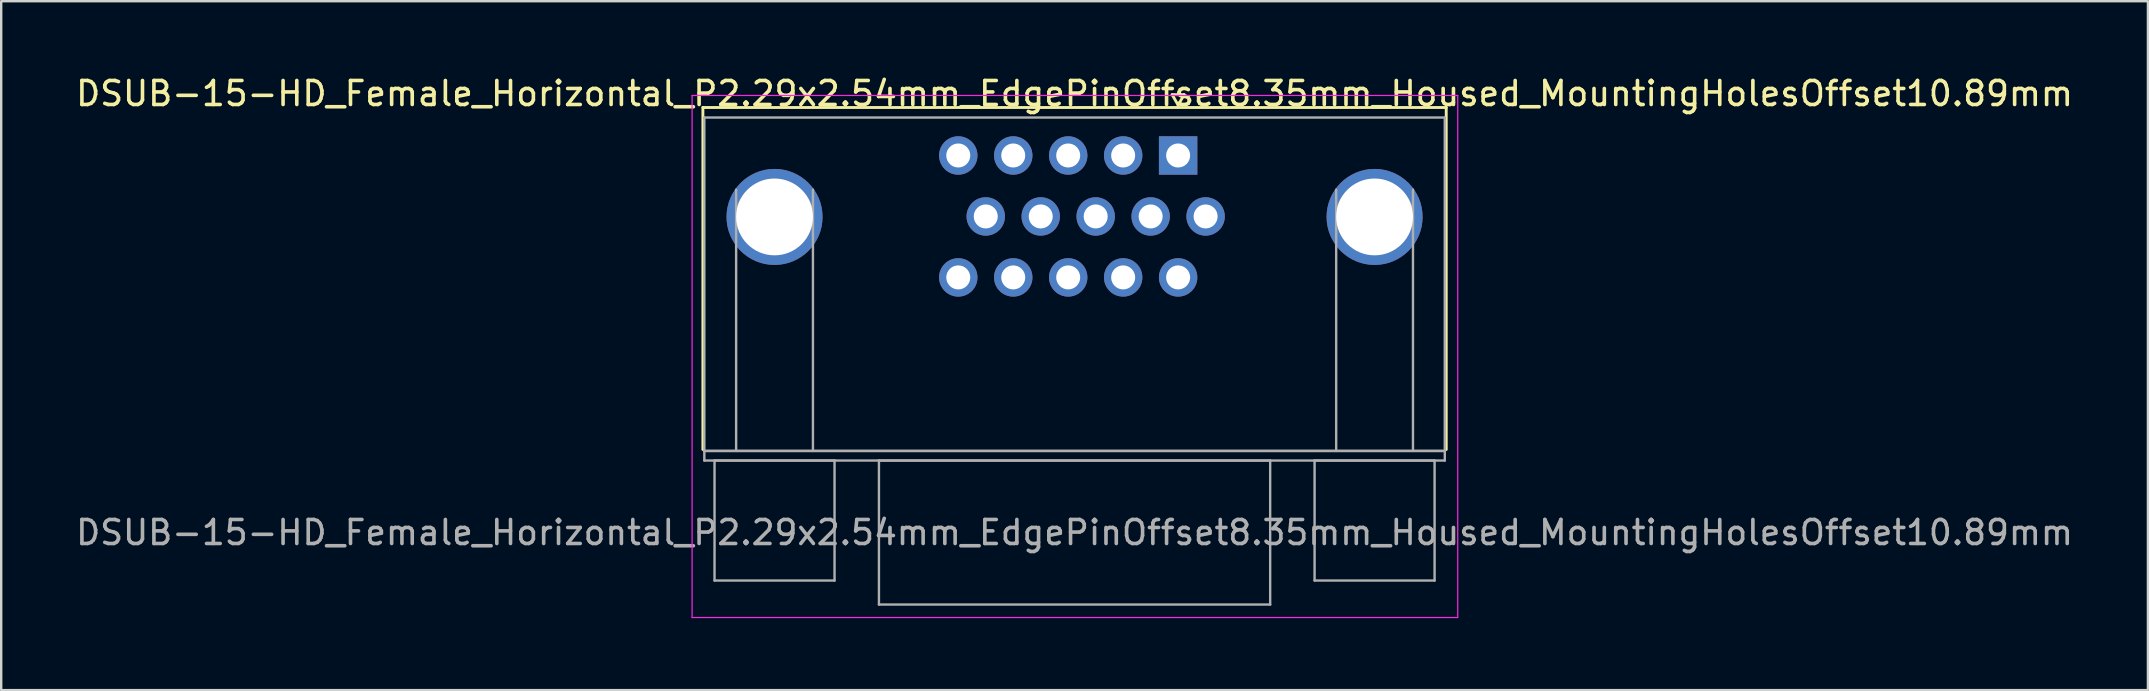
<source format=kicad_pcb>
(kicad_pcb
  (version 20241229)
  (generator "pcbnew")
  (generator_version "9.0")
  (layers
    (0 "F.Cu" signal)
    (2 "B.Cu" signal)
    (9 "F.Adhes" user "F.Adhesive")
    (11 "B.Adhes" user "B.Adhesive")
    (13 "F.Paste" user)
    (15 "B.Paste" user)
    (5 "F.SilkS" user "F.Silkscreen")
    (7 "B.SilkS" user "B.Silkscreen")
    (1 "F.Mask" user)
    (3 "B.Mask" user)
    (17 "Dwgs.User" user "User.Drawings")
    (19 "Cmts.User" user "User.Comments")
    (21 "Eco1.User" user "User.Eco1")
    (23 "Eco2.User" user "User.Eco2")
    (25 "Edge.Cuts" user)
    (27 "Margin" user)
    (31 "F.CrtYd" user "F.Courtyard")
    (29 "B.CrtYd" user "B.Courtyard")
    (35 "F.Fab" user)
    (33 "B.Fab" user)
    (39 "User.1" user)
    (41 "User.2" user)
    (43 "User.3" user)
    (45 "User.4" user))
  (footprint "DSUB-15-HD_Female_Horizontal_P2.29x2.54mm_EdgePinOffset8.35mm_Housed_MountingHolesOffset10.89mm"
    (layer "F.Cu")
    (at 46.035 3.428)
    (property "Reference" "DSUB-15-HD_Female_Horizontal_P2.29x2.54mm_EdgePinOffset8.35mm_Housed_MountingHolesOffset10.89mm" (at -4.315 -2.58 0) (layer "F.SilkS") (effects (font (size 1 1) (thickness 0.15))))
    (attr through_hole)
    (fp_line (start -19.8 -2) (end 11.17 -2) (stroke (width 0.12) (type solid)) (layer "F.SilkS"))
    (fp_line (start -19.8 12.25) (end -19.8 -2) (stroke (width 0.12) (type solid)) (layer "F.SilkS"))
    (fp_line (start -0.25 -2.534) (end 0.25 -2.534) (stroke (width 0.12) (type solid)) (layer "F.SilkS"))
    (fp_line (start 0 -2.101) (end -0.25 -2.534) (stroke (width 0.12) (type solid)) (layer "F.SilkS"))
    (fp_line (start 0.25 -2.534) (end 0 -2.101) (stroke (width 0.12) (type solid)) (layer "F.SilkS"))
    (fp_line (start 11.17 -2) (end 11.17 12.25) (stroke (width 0.12) (type solid)) (layer "F.SilkS"))
    (fp_line (start -20.25 -2.5) (end -20.25 19.25) (stroke (width 0.05) (type solid)) (layer "F.CrtYd"))
    (fp_line (start -20.25 19.25) (end 11.65 19.25) (stroke (width 0.05) (type solid)) (layer "F.CrtYd"))
    (fp_line (start 11.65 -2.5) (end -20.25 -2.5) (stroke (width 0.05) (type solid)) (layer "F.CrtYd"))
    (fp_line (start 11.65 19.25) (end 11.65 -2.5) (stroke (width 0.05) (type solid)) (layer "F.CrtYd"))
    (fp_line (start -19.74 -1.58) (end -19.74 12.31) (stroke (width 0.1) (type solid)) (layer "F.Fab"))
    (fp_line (start -19.74 12.31) (end -19.74 12.71) (stroke (width 0.1) (type solid)) (layer "F.Fab"))
    (fp_line (start -19.74 12.31) (end 11.11 12.31) (stroke (width 0.1) (type solid)) (layer "F.Fab"))
    (fp_line (start -19.74 12.71) (end 11.11 12.71) (stroke (width 0.1) (type solid)) (layer "F.Fab"))
    (fp_line (start -19.315 12.71) (end -19.315 17.71) (stroke (width 0.1) (type solid)) (layer "F.Fab"))
    (fp_line (start -19.315 17.71) (end -14.315 17.71) (stroke (width 0.1) (type solid)) (layer "F.Fab"))
    (fp_line (start -18.415 12.31) (end -18.415 1.42) (stroke (width 0.1) (type solid)) (layer "F.Fab"))
    (fp_line (start -15.215 12.31) (end -15.215 1.42) (stroke (width 0.1) (type solid)) (layer "F.Fab"))
    (fp_line (start -14.315 12.71) (end -19.315 12.71) (stroke (width 0.1) (type solid)) (layer "F.Fab"))
    (fp_line (start -14.315 17.71) (end -14.315 12.71) (stroke (width 0.1) (type solid)) (layer "F.Fab"))
    (fp_line (start -12.465 12.71) (end -12.465 18.71) (stroke (width 0.1) (type solid)) (layer "F.Fab"))
    (fp_line (start -12.465 18.71) (end 3.835 18.71) (stroke (width 0.1) (type solid)) (layer "F.Fab"))
    (fp_line (start 3.835 12.71) (end -12.465 12.71) (stroke (width 0.1) (type solid)) (layer "F.Fab"))
    (fp_line (start 3.835 18.71) (end 3.835 12.71) (stroke (width 0.1) (type solid)) (layer "F.Fab"))
    (fp_line (start 5.685 12.71) (end 5.685 17.71) (stroke (width 0.1) (type solid)) (layer "F.Fab"))
    (fp_line (start 5.685 17.71) (end 10.685 17.71) (stroke (width 0.1) (type solid)) (layer "F.Fab"))
    (fp_line (start 6.585 12.31) (end 6.585 1.42) (stroke (width 0.1) (type solid)) (layer "F.Fab"))
    (fp_line (start 9.785 12.31) (end 9.785 1.42) (stroke (width 0.1) (type solid)) (layer "F.Fab"))
    (fp_line (start 10.685 12.71) (end 5.685 12.71) (stroke (width 0.1) (type solid)) (layer "F.Fab"))
    (fp_line (start 10.685 17.71) (end 10.685 12.71) (stroke (width 0.1) (type solid)) (layer "F.Fab"))
    (fp_line (start 11.11 -1.58) (end -19.74 -1.58) (stroke (width 0.1) (type solid)) (layer "F.Fab"))
    (fp_line (start 11.11 12.31) (end -19.74 12.31) (stroke (width 0.1) (type solid)) (layer "F.Fab"))
    (fp_line (start 11.11 12.31) (end 11.11 -1.58) (stroke (width 0.1) (type solid)) (layer "F.Fab"))
    (fp_line (start 11.11 12.71) (end 11.11 12.31) (stroke (width 0.1) (type solid)) (layer "F.Fab"))
    (fp_arc (start -18.415 2.64) (mid -16.815 1.04) (end -15.215 2.64) (stroke (width 0.1) (type solid)) (layer "F.Fab"))
    (fp_arc (start 6.585 2.64) (mid 8.185 1.04) (end 9.785 2.64) (stroke (width 0.1) (type solid)) (layer "F.Fab"))
    (fp_text user "${REFERENCE}" (at -4.315 15.71 0) (layer "F.Fab") (effects (font (size 1 1) (thickness 0.15))))
    (pad "0" thru_hole circle (at -16.815 2.56) (size 4 4) (drill 3.2) (layers "*.Cu" "*.Mask"))
    (pad "0" thru_hole circle (at 8.185 2.56) (size 4 4) (drill 3.2) (layers "*.Cu" "*.Mask"))
    (pad "1" thru_hole rect (at 0 0) (size 1.6 1.6) (drill 1) (layers "*.Cu" "*.Mask"))
    (pad "2" thru_hole circle (at -2.29 0) (size 1.6 1.6) (drill 1) (layers "*.Cu" "*.Mask"))
    (pad "3" thru_hole circle (at -4.58 0) (size 1.6 1.6) (drill 1) (layers "*.Cu" "*.Mask"))
    (pad "4" thru_hole circle (at -6.87 0) (size 1.6 1.6) (drill 1) (layers "*.Cu" "*.Mask"))
    (pad "5" thru_hole circle (at -9.16 0) (size 1.6 1.6) (drill 1) (layers "*.Cu" "*.Mask"))
    (pad "6" thru_hole circle (at 1.145 2.54) (size 1.6 1.6) (drill 1) (layers "*.Cu" "*.Mask"))
    (pad "7" thru_hole circle (at -1.145 2.54) (size 1.6 1.6) (drill 1) (layers "*.Cu" "*.Mask"))
    (pad "8" thru_hole circle (at -3.435 2.54) (size 1.6 1.6) (drill 1) (layers "*.Cu" "*.Mask"))
    (pad "9" thru_hole circle (at -5.725 2.54) (size 1.6 1.6) (drill 1) (layers "*.Cu" "*.Mask"))
    (pad "10" thru_hole circle (at -8.015 2.54) (size 1.6 1.6) (drill 1) (layers "*.Cu" "*.Mask"))
    (pad "11" thru_hole circle (at 0 5.08) (size 1.6 1.6) (drill 1) (layers "*.Cu" "*.Mask"))
    (pad "12" thru_hole circle (at -2.29 5.08) (size 1.6 1.6) (drill 1) (layers "*.Cu" "*.Mask"))
    (pad "13" thru_hole circle (at -4.58 5.08) (size 1.6 1.6) (drill 1) (layers "*.Cu" "*.Mask"))
    (pad "14" thru_hole circle (at -6.87 5.08) (size 1.6 1.6) (drill 1) (layers "*.Cu" "*.Mask"))
    (pad "15" thru_hole circle (at -9.16 5.08) (size 1.6 1.6) (drill 1) (layers "*.Cu" "*.Mask")))
  (gr_rect
    (start -3 -3)
    (end 86.44 25.703)
    (stroke (width 0.1) (type default))
    (fill no)
    (layer "Edge.Cuts")))
</source>
